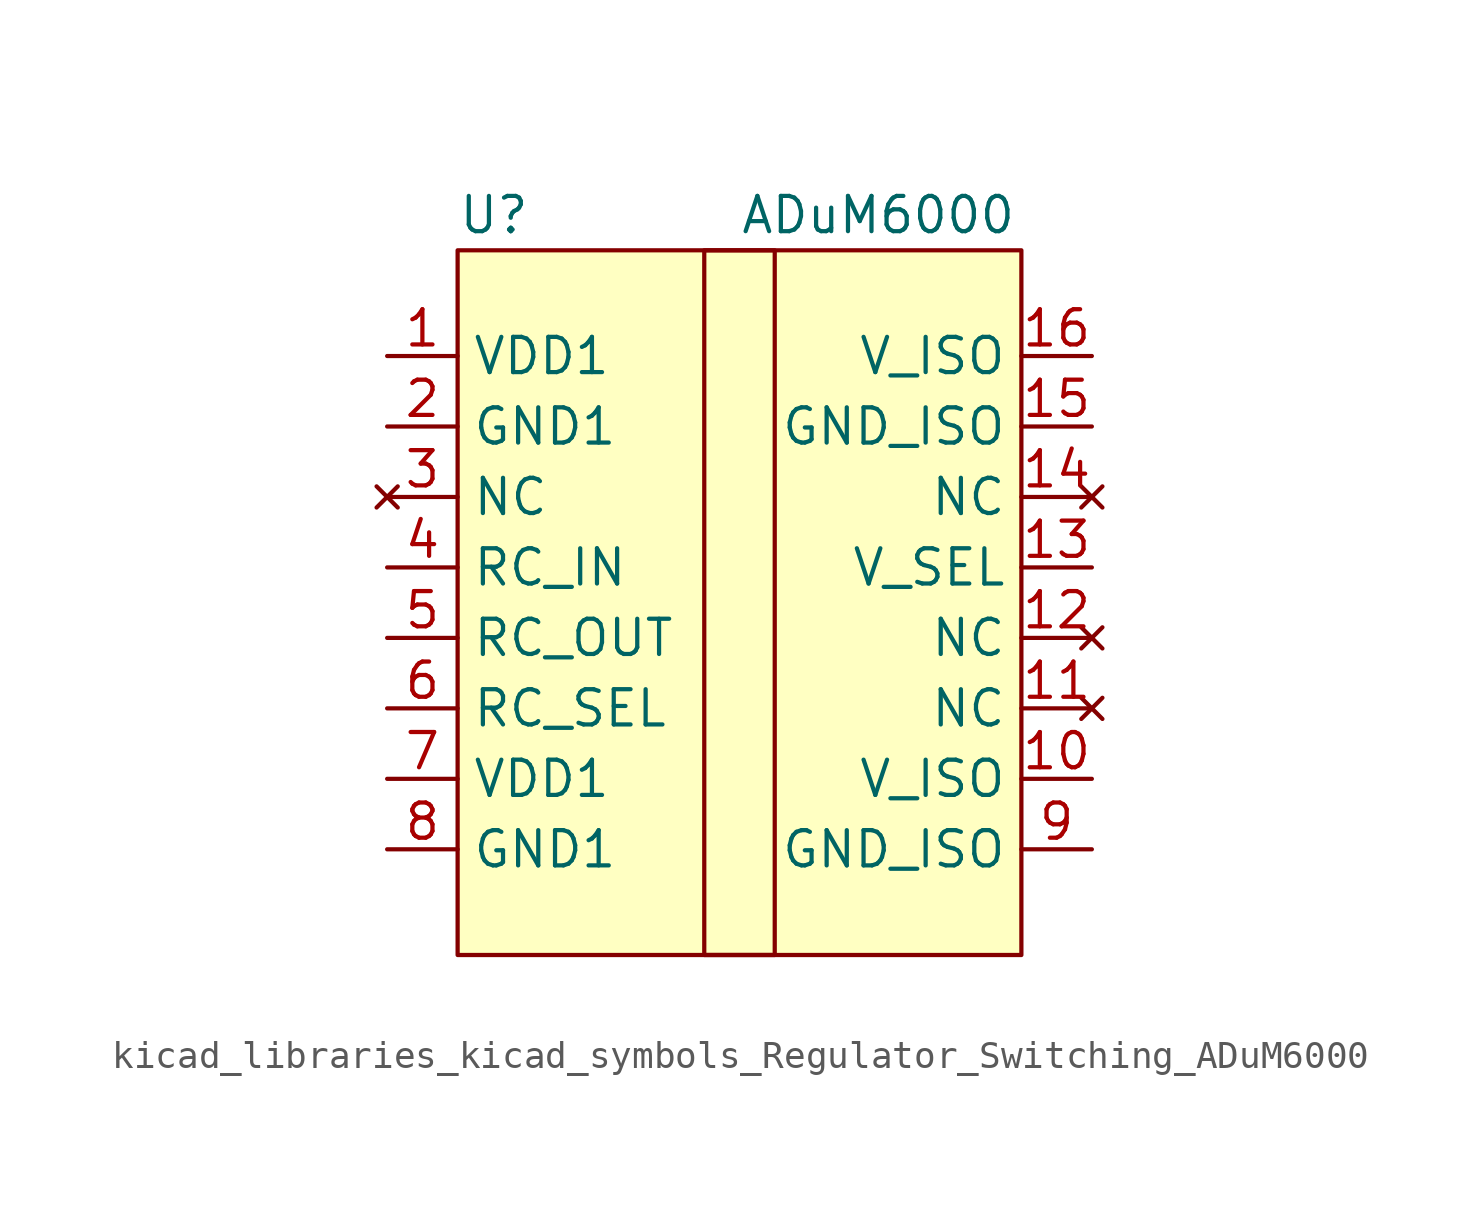
<source format=kicad_sym>
(kicad_symbol_lib
  (version 20220914)
  (generator kicad_symbol_editor)
  (symbol "kicad_libraries_kicad_symbols_Regulator_Switching_ADuM6000"
    (property "Reference" "U"
      (at -10.16 12.7 0)
      (effects (font (size 1.27 1.27)) (justify left)))
    (property "Value" "ADuM6000"
      (at 0 12.7 0)
      (effects (font (size 1.27 1.27)) (justify left)))
    (symbol "kicad_libraries_kicad_symbols_Regulator_Switching_ADuM6000_0_1"
      (rectangle (start -10.16 11.43) (end 10.16 -13.97) (stroke (width 0) (type default)) (fill (type background)))
      (rectangle (start -1.27 11.43) (end 1.27 -13.97) (stroke (width 0) (type default)) (fill (type none))))
    (symbol "kicad_libraries_kicad_symbols_Regulator_Switching_ADuM6000_1_1"
      (pin power_in line (at -12.7 7.62 0) (length 2.54) (name "VDD1" (effects (font (size 1.27 1.27)))) (number "1" (effects (font (size 1.27 1.27)))))
      (pin passive line (at 12.7 -7.62 180) (length 2.54) (name "V_ISO" (effects (font (size 1.27 1.27)))) (number "10" (effects (font (size 1.27 1.27)))))
      (pin no_connect line (at 12.7 -5.08 180) (length 2.54) (name "NC" (effects (font (size 1.27 1.27)))) (number "11" (effects (font (size 1.27 1.27)))))
      (pin no_connect line (at 12.7 -2.54 180) (length 2.54) (name "NC" (effects (font (size 1.27 1.27)))) (number "12" (effects (font (size 1.27 1.27)))))
      (pin input line (at 12.7 0 180) (length 2.54) (name "V_SEL" (effects (font (size 1.27 1.27)))) (number "13" (effects (font (size 1.27 1.27)))))
      (pin no_connect line (at 12.7 2.54 180) (length 2.54) (name "NC" (effects (font (size 1.27 1.27)))) (number "14" (effects (font (size 1.27 1.27)))))
      (pin passive line (at 12.7 5.08 180) (length 2.54) (name "GND_ISO" (effects (font (size 1.27 1.27)))) (number "15" (effects (font (size 1.27 1.27)))))
      (pin power_out line (at 12.7 7.62 180) (length 2.54) (name "V_ISO" (effects (font (size 1.27 1.27)))) (number "16" (effects (font (size 1.27 1.27)))))
      (pin power_in line (at -12.7 5.08 0) (length 2.54) (name "GND1" (effects (font (size 1.27 1.27)))) (number "2" (effects (font (size 1.27 1.27)))))
      (pin no_connect line (at -12.7 2.54 0) (length 2.54) (name "NC" (effects (font (size 1.27 1.27)))) (number "3" (effects (font (size 1.27 1.27)))))
      (pin input line (at -12.7 0 0) (length 2.54) (name "RC_IN" (effects (font (size 1.27 1.27)))) (number "4" (effects (font (size 1.27 1.27)))))
      (pin output line (at -12.7 -2.54 0) (length 2.54) (name "RC_OUT" (effects (font (size 1.27 1.27)))) (number "5" (effects (font (size 1.27 1.27)))))
      (pin input line (at -12.7 -5.08 0) (length 2.54) (name "RC_SEL" (effects (font (size 1.27 1.27)))) (number "6" (effects (font (size 1.27 1.27)))))
      (pin power_in line (at -12.7 -7.62 0) (length 2.54) (name "VDD1" (effects (font (size 1.27 1.27)))) (number "7" (effects (font (size 1.27 1.27)))))
      (pin power_in line (at -12.7 -10.16 0) (length 2.54) (name "GND1" (effects (font (size 1.27 1.27)))) (number "8" (effects (font (size 1.27 1.27)))))
      (pin power_out line (at 12.7 -10.16 180) (length 2.54) (name "GND_ISO" (effects (font (size 1.27 1.27)))) (number "9" (effects (font (size 1.27 1.27))))))))
</source>
